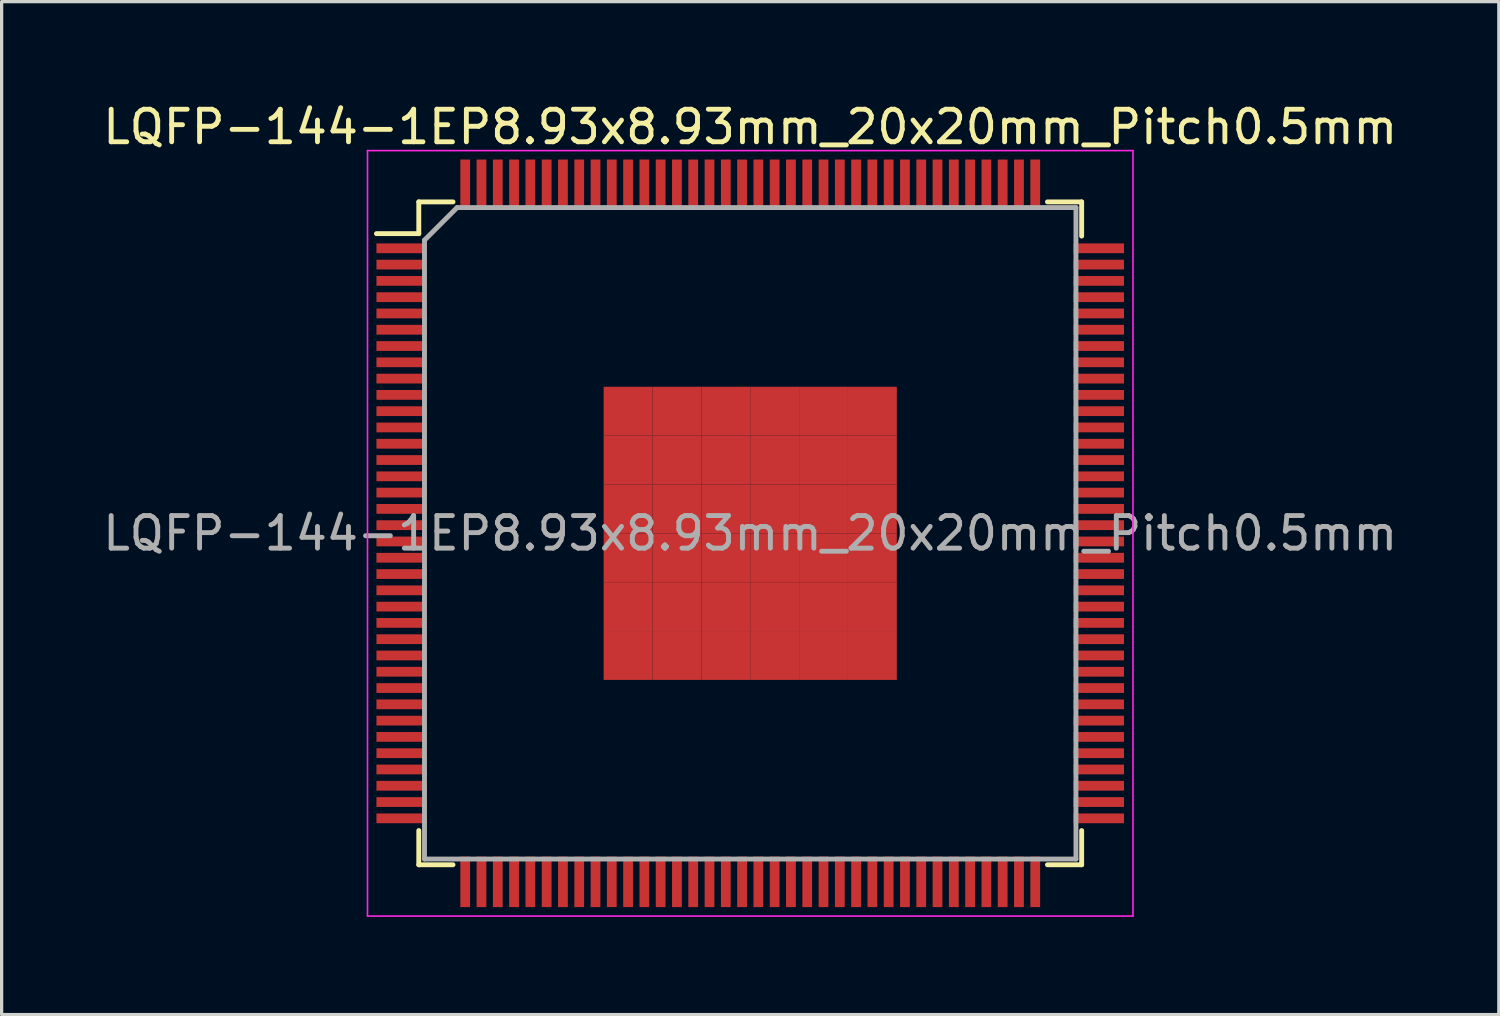
<source format=kicad_pcb>
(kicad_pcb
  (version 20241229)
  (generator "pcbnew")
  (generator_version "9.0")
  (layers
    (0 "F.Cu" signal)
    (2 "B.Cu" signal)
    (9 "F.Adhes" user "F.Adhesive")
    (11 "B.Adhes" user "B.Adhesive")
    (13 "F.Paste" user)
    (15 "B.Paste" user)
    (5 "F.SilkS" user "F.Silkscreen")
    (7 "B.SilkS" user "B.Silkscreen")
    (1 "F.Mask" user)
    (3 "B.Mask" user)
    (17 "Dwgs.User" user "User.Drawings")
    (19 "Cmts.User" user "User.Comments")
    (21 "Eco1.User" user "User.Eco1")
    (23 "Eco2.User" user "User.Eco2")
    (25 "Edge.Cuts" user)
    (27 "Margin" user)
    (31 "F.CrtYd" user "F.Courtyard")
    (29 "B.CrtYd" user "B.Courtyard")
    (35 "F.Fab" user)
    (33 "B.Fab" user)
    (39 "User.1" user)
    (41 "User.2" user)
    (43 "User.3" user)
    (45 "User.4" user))
  (footprint "LQFP-144-1EP8.93x8.93mm_20x20mm_Pitch0.5mm"
    (layer "F.Cu")
    (at 19.982 13.323)
    (property "Reference" "LQFP-144-1EP8.93x8.93mm_20x20mm_Pitch0.5mm" (at 0 -12.475 0) (layer "F.SilkS") (effects (font (size 1 1) (thickness 0.15))))
    (attr smd)
    (fp_line (start -10.175 -10.175) (end -10.175 -9.2) (stroke (width 0.15) (type solid)) (layer "F.SilkS"))
    (fp_line (start -10.175 -10.175) (end -9.125 -10.175) (stroke (width 0.15) (type solid)) (layer "F.SilkS"))
    (fp_line (start -10.175 -9.2) (end -11.475 -9.2) (stroke (width 0.15) (type solid)) (layer "F.SilkS"))
    (fp_line (start -10.175 10.175) (end -10.175 9.125) (stroke (width 0.15) (type solid)) (layer "F.SilkS"))
    (fp_line (start -10.175 10.175) (end -9.125 10.175) (stroke (width 0.15) (type solid)) (layer "F.SilkS"))
    (fp_line (start 10.175 -10.175) (end 9.125 -10.175) (stroke (width 0.15) (type solid)) (layer "F.SilkS"))
    (fp_line (start 10.175 -10.175) (end 10.175 -9.125) (stroke (width 0.15) (type solid)) (layer "F.SilkS"))
    (fp_line (start 10.175 10.175) (end 9.125 10.175) (stroke (width 0.15) (type solid)) (layer "F.SilkS"))
    (fp_line (start 10.175 10.175) (end 10.175 9.125) (stroke (width 0.15) (type solid)) (layer "F.SilkS"))
    (fp_line (start -11.75 -11.75) (end -11.75 11.75) (stroke (width 0.05) (type solid)) (layer "F.CrtYd"))
    (fp_line (start -11.75 -11.75) (end 11.75 -11.75) (stroke (width 0.05) (type solid)) (layer "F.CrtYd"))
    (fp_line (start -11.75 11.75) (end 11.75 11.75) (stroke (width 0.05) (type solid)) (layer "F.CrtYd"))
    (fp_line (start 11.75 -11.75) (end 11.75 11.75) (stroke (width 0.05) (type solid)) (layer "F.CrtYd"))
    (fp_line (start -10 -9) (end -9 -10) (stroke (width 0.15) (type solid)) (layer "F.Fab"))
    (fp_line (start -10 10) (end -10 -9) (stroke (width 0.15) (type solid)) (layer "F.Fab"))
    (fp_line (start -9 -10) (end 10 -10) (stroke (width 0.15) (type solid)) (layer "F.Fab"))
    (fp_line (start 10 -10) (end 10 10) (stroke (width 0.15) (type solid)) (layer "F.Fab"))
    (fp_line (start 10 10) (end -10 10) (stroke (width 0.15) (type solid)) (layer "F.Fab"))
    (fp_text user "${REFERENCE}" (at 0 0 0) (layer "F.Fab") (effects (font (size 1 1) (thickness 0.15))))
    (pad "1" smd rect (at -10.7 -8.75) (size 1.55 0.3) (layers "F.Cu" "F.Mask" "F.Paste"))
    (pad "2" smd rect (at -10.7 -8.25) (size 1.55 0.3) (layers "F.Cu" "F.Mask" "F.Paste"))
    (pad "3" smd rect (at -10.7 -7.75) (size 1.55 0.3) (layers "F.Cu" "F.Mask" "F.Paste"))
    (pad "4" smd rect (at -10.7 -7.25) (size 1.55 0.3) (layers "F.Cu" "F.Mask" "F.Paste"))
    (pad "5" smd rect (at -10.7 -6.75) (size 1.55 0.3) (layers "F.Cu" "F.Mask" "F.Paste"))
    (pad "6" smd rect (at -10.7 -6.25) (size 1.55 0.3) (layers "F.Cu" "F.Mask" "F.Paste"))
    (pad "7" smd rect (at -10.7 -5.75) (size 1.55 0.3) (layers "F.Cu" "F.Mask" "F.Paste"))
    (pad "8" smd rect (at -10.7 -5.25) (size 1.55 0.3) (layers "F.Cu" "F.Mask" "F.Paste"))
    (pad "9" smd rect (at -10.7 -4.75) (size 1.55 0.3) (layers "F.Cu" "F.Mask" "F.Paste"))
    (pad "10" smd rect (at -10.7 -4.25) (size 1.55 0.3) (layers "F.Cu" "F.Mask" "F.Paste"))
    (pad "11" smd rect (at -10.7 -3.75) (size 1.55 0.3) (layers "F.Cu" "F.Mask" "F.Paste"))
    (pad "12" smd rect (at -10.7 -3.25) (size 1.55 0.3) (layers "F.Cu" "F.Mask" "F.Paste"))
    (pad "13" smd rect (at -10.7 -2.75) (size 1.55 0.3) (layers "F.Cu" "F.Mask" "F.Paste"))
    (pad "14" smd rect (at -10.7 -2.25) (size 1.55 0.3) (layers "F.Cu" "F.Mask" "F.Paste"))
    (pad "15" smd rect (at -10.7 -1.75) (size 1.55 0.3) (layers "F.Cu" "F.Mask" "F.Paste"))
    (pad "16" smd rect (at -10.7 -1.25) (size 1.55 0.3) (layers "F.Cu" "F.Mask" "F.Paste"))
    (pad "17" smd rect (at -10.7 -0.75) (size 1.55 0.3) (layers "F.Cu" "F.Mask" "F.Paste"))
    (pad "18" smd rect (at -10.7 -0.25) (size 1.55 0.3) (layers "F.Cu" "F.Mask" "F.Paste"))
    (pad "19" smd rect (at -10.7 0.25) (size 1.55 0.3) (layers "F.Cu" "F.Mask" "F.Paste"))
    (pad "20" smd rect (at -10.7 0.75) (size 1.55 0.3) (layers "F.Cu" "F.Mask" "F.Paste"))
    (pad "21" smd rect (at -10.7 1.25) (size 1.55 0.3) (layers "F.Cu" "F.Mask" "F.Paste"))
    (pad "22" smd rect (at -10.7 1.75) (size 1.55 0.3) (layers "F.Cu" "F.Mask" "F.Paste"))
    (pad "23" smd rect (at -10.7 2.25) (size 1.55 0.3) (layers "F.Cu" "F.Mask" "F.Paste"))
    (pad "24" smd rect (at -10.7 2.75) (size 1.55 0.3) (layers "F.Cu" "F.Mask" "F.Paste"))
    (pad "25" smd rect (at -10.7 3.25) (size 1.55 0.3) (layers "F.Cu" "F.Mask" "F.Paste"))
    (pad "26" smd rect (at -10.7 3.75) (size 1.55 0.3) (layers "F.Cu" "F.Mask" "F.Paste"))
    (pad "27" smd rect (at -10.7 4.25) (size 1.55 0.3) (layers "F.Cu" "F.Mask" "F.Paste"))
    (pad "28" smd rect (at -10.7 4.75) (size 1.55 0.3) (layers "F.Cu" "F.Mask" "F.Paste"))
    (pad "29" smd rect (at -10.7 5.25) (size 1.55 0.3) (layers "F.Cu" "F.Mask" "F.Paste"))
    (pad "30" smd rect (at -10.7 5.75) (size 1.55 0.3) (layers "F.Cu" "F.Mask" "F.Paste"))
    (pad "31" smd rect (at -10.7 6.25) (size 1.55 0.3) (layers "F.Cu" "F.Mask" "F.Paste"))
    (pad "32" smd rect (at -10.7 6.75) (size 1.55 0.3) (layers "F.Cu" "F.Mask" "F.Paste"))
    (pad "33" smd rect (at -10.7 7.25) (size 1.55 0.3) (layers "F.Cu" "F.Mask" "F.Paste"))
    (pad "34" smd rect (at -10.7 7.75) (size 1.55 0.3) (layers "F.Cu" "F.Mask" "F.Paste"))
    (pad "35" smd rect (at -10.7 8.25) (size 1.55 0.3) (layers "F.Cu" "F.Mask" "F.Paste"))
    (pad "36" smd rect (at -10.7 8.75) (size 1.55 0.3) (layers "F.Cu" "F.Mask" "F.Paste"))
    (pad "37" smd rect (at -8.75 10.7 90) (size 1.55 0.3) (layers "F.Cu" "F.Mask" "F.Paste"))
    (pad "38" smd rect (at -8.25 10.7 90) (size 1.55 0.3) (layers "F.Cu" "F.Mask" "F.Paste"))
    (pad "39" smd rect (at -7.75 10.7 90) (size 1.55 0.3) (layers "F.Cu" "F.Mask" "F.Paste"))
    (pad "40" smd rect (at -7.25 10.7 90) (size 1.55 0.3) (layers "F.Cu" "F.Mask" "F.Paste"))
    (pad "41" smd rect (at -6.75 10.7 90) (size 1.55 0.3) (layers "F.Cu" "F.Mask" "F.Paste"))
    (pad "42" smd rect (at -6.25 10.7 90) (size 1.55 0.3) (layers "F.Cu" "F.Mask" "F.Paste"))
    (pad "43" smd rect (at -5.75 10.7 90) (size 1.55 0.3) (layers "F.Cu" "F.Mask" "F.Paste"))
    (pad "44" smd rect (at -5.25 10.7 90) (size 1.55 0.3) (layers "F.Cu" "F.Mask" "F.Paste"))
    (pad "45" smd rect (at -4.75 10.7 90) (size 1.55 0.3) (layers "F.Cu" "F.Mask" "F.Paste"))
    (pad "46" smd rect (at -4.25 10.7 90) (size 1.55 0.3) (layers "F.Cu" "F.Mask" "F.Paste"))
    (pad "47" smd rect (at -3.75 10.7 90) (size 1.55 0.3) (layers "F.Cu" "F.Mask" "F.Paste"))
    (pad "48" smd rect (at -3.25 10.7 90) (size 1.55 0.3) (layers "F.Cu" "F.Mask" "F.Paste"))
    (pad "49" smd rect (at -2.75 10.7 90) (size 1.55 0.3) (layers "F.Cu" "F.Mask" "F.Paste"))
    (pad "50" smd rect (at -2.25 10.7 90) (size 1.55 0.3) (layers "F.Cu" "F.Mask" "F.Paste"))
    (pad "51" smd rect (at -1.75 10.7 90) (size 1.55 0.3) (layers "F.Cu" "F.Mask" "F.Paste"))
    (pad "52" smd rect (at -1.25 10.7 90) (size 1.55 0.3) (layers "F.Cu" "F.Mask" "F.Paste"))
    (pad "53" smd rect (at -0.75 10.7 90) (size 1.55 0.3) (layers "F.Cu" "F.Mask" "F.Paste"))
    (pad "54" smd rect (at -0.25 10.7 90) (size 1.55 0.3) (layers "F.Cu" "F.Mask" "F.Paste"))
    (pad "55" smd rect (at 0.25 10.7 90) (size 1.55 0.3) (layers "F.Cu" "F.Mask" "F.Paste"))
    (pad "56" smd rect (at 0.75 10.7 90) (size 1.55 0.3) (layers "F.Cu" "F.Mask" "F.Paste"))
    (pad "57" smd rect (at 1.25 10.7 90) (size 1.55 0.3) (layers "F.Cu" "F.Mask" "F.Paste"))
    (pad "58" smd rect (at 1.75 10.7 90) (size 1.55 0.3) (layers "F.Cu" "F.Mask" "F.Paste"))
    (pad "59" smd rect (at 2.25 10.7 90) (size 1.55 0.3) (layers "F.Cu" "F.Mask" "F.Paste"))
    (pad "60" smd rect (at 2.75 10.7 90) (size 1.55 0.3) (layers "F.Cu" "F.Mask" "F.Paste"))
    (pad "61" smd rect (at 3.25 10.7 90) (size 1.55 0.3) (layers "F.Cu" "F.Mask" "F.Paste"))
    (pad "62" smd rect (at 3.75 10.7 90) (size 1.55 0.3) (layers "F.Cu" "F.Mask" "F.Paste"))
    (pad "63" smd rect (at 4.25 10.7 90) (size 1.55 0.3) (layers "F.Cu" "F.Mask" "F.Paste"))
    (pad "64" smd rect (at 4.75 10.7 90) (size 1.55 0.3) (layers "F.Cu" "F.Mask" "F.Paste"))
    (pad "65" smd rect (at 5.25 10.7 90) (size 1.55 0.3) (layers "F.Cu" "F.Mask" "F.Paste"))
    (pad "66" smd rect (at 5.75 10.7 90) (size 1.55 0.3) (layers "F.Cu" "F.Mask" "F.Paste"))
    (pad "67" smd rect (at 6.25 10.7 90) (size 1.55 0.3) (layers "F.Cu" "F.Mask" "F.Paste"))
    (pad "68" smd rect (at 6.75 10.7 90) (size 1.55 0.3) (layers "F.Cu" "F.Mask" "F.Paste"))
    (pad "69" smd rect (at 7.25 10.7 90) (size 1.55 0.3) (layers "F.Cu" "F.Mask" "F.Paste"))
    (pad "70" smd rect (at 7.75 10.7 90) (size 1.55 0.3) (layers "F.Cu" "F.Mask" "F.Paste"))
    (pad "71" smd rect (at 8.25 10.7 90) (size 1.55 0.3) (layers "F.Cu" "F.Mask" "F.Paste"))
    (pad "72" smd rect (at 8.75 10.7 90) (size 1.55 0.3) (layers "F.Cu" "F.Mask" "F.Paste"))
    (pad "73" smd rect (at 10.7 8.75) (size 1.55 0.3) (layers "F.Cu" "F.Mask" "F.Paste"))
    (pad "74" smd rect (at 10.7 8.25) (size 1.55 0.3) (layers "F.Cu" "F.Mask" "F.Paste"))
    (pad "75" smd rect (at 10.7 7.75) (size 1.55 0.3) (layers "F.Cu" "F.Mask" "F.Paste"))
    (pad "76" smd rect (at 10.7 7.25) (size 1.55 0.3) (layers "F.Cu" "F.Mask" "F.Paste"))
    (pad "77" smd rect (at 10.7 6.75) (size 1.55 0.3) (layers "F.Cu" "F.Mask" "F.Paste"))
    (pad "78" smd rect (at 10.7 6.25) (size 1.55 0.3) (layers "F.Cu" "F.Mask" "F.Paste"))
    (pad "79" smd rect (at 10.7 5.75) (size 1.55 0.3) (layers "F.Cu" "F.Mask" "F.Paste"))
    (pad "80" smd rect (at 10.7 5.25) (size 1.55 0.3) (layers "F.Cu" "F.Mask" "F.Paste"))
    (pad "81" smd rect (at 10.7 4.75) (size 1.55 0.3) (layers "F.Cu" "F.Mask" "F.Paste"))
    (pad "82" smd rect (at 10.7 4.25) (size 1.55 0.3) (layers "F.Cu" "F.Mask" "F.Paste"))
    (pad "83" smd rect (at 10.7 3.75) (size 1.55 0.3) (layers "F.Cu" "F.Mask" "F.Paste"))
    (pad "84" smd rect (at 10.7 3.25) (size 1.55 0.3) (layers "F.Cu" "F.Mask" "F.Paste"))
    (pad "85" smd rect (at 10.7 2.75) (size 1.55 0.3) (layers "F.Cu" "F.Mask" "F.Paste"))
    (pad "86" smd rect (at 10.7 2.25) (size 1.55 0.3) (layers "F.Cu" "F.Mask" "F.Paste"))
    (pad "87" smd rect (at 10.7 1.75) (size 1.55 0.3) (layers "F.Cu" "F.Mask" "F.Paste"))
    (pad "88" smd rect (at 10.7 1.25) (size 1.55 0.3) (layers "F.Cu" "F.Mask" "F.Paste"))
    (pad "89" smd rect (at 10.7 0.75) (size 1.55 0.3) (layers "F.Cu" "F.Mask" "F.Paste"))
    (pad "90" smd rect (at 10.7 0.25) (size 1.55 0.3) (layers "F.Cu" "F.Mask" "F.Paste"))
    (pad "91" smd rect (at 10.7 -0.25) (size 1.55 0.3) (layers "F.Cu" "F.Mask" "F.Paste"))
    (pad "92" smd rect (at 10.7 -0.75) (size 1.55 0.3) (layers "F.Cu" "F.Mask" "F.Paste"))
    (pad "93" smd rect (at 10.7 -1.25) (size 1.55 0.3) (layers "F.Cu" "F.Mask" "F.Paste"))
    (pad "94" smd rect (at 10.7 -1.75) (size 1.55 0.3) (layers "F.Cu" "F.Mask" "F.Paste"))
    (pad "95" smd rect (at 10.7 -2.25) (size 1.55 0.3) (layers "F.Cu" "F.Mask" "F.Paste"))
    (pad "96" smd rect (at 10.7 -2.75) (size 1.55 0.3) (layers "F.Cu" "F.Mask" "F.Paste"))
    (pad "97" smd rect (at 10.7 -3.25) (size 1.55 0.3) (layers "F.Cu" "F.Mask" "F.Paste"))
    (pad "98" smd rect (at 10.7 -3.75) (size 1.55 0.3) (layers "F.Cu" "F.Mask" "F.Paste"))
    (pad "99" smd rect (at 10.7 -4.25) (size 1.55 0.3) (layers "F.Cu" "F.Mask" "F.Paste"))
    (pad "100" smd rect (at 10.7 -4.75) (size 1.55 0.3) (layers "F.Cu" "F.Mask" "F.Paste"))
    (pad "101" smd rect (at 10.7 -5.25) (size 1.55 0.3) (layers "F.Cu" "F.Mask" "F.Paste"))
    (pad "102" smd rect (at 10.7 -5.75) (size 1.55 0.3) (layers "F.Cu" "F.Mask" "F.Paste"))
    (pad "103" smd rect (at 10.7 -6.25) (size 1.55 0.3) (layers "F.Cu" "F.Mask" "F.Paste"))
    (pad "104" smd rect (at 10.7 -6.75) (size 1.55 0.3) (layers "F.Cu" "F.Mask" "F.Paste"))
    (pad "105" smd rect (at 10.7 -7.25) (size 1.55 0.3) (layers "F.Cu" "F.Mask" "F.Paste"))
    (pad "106" smd rect (at 10.7 -7.75) (size 1.55 0.3) (layers "F.Cu" "F.Mask" "F.Paste"))
    (pad "107" smd rect (at 10.7 -8.25) (size 1.55 0.3) (layers "F.Cu" "F.Mask" "F.Paste"))
    (pad "108" smd rect (at 10.7 -8.75) (size 1.55 0.3) (layers "F.Cu" "F.Mask" "F.Paste"))
    (pad "109" smd rect (at 8.75 -10.7 90) (size 1.55 0.3) (layers "F.Cu" "F.Mask" "F.Paste"))
    (pad "110" smd rect (at 8.25 -10.7 90) (size 1.55 0.3) (layers "F.Cu" "F.Mask" "F.Paste"))
    (pad "111" smd rect (at 7.75 -10.7 90) (size 1.55 0.3) (layers "F.Cu" "F.Mask" "F.Paste"))
    (pad "112" smd rect (at 7.25 -10.7 90) (size 1.55 0.3) (layers "F.Cu" "F.Mask" "F.Paste"))
    (pad "113" smd rect (at 6.75 -10.7 90) (size 1.55 0.3) (layers "F.Cu" "F.Mask" "F.Paste"))
    (pad "114" smd rect (at 6.25 -10.7 90) (size 1.55 0.3) (layers "F.Cu" "F.Mask" "F.Paste"))
    (pad "115" smd rect (at 5.75 -10.7 90) (size 1.55 0.3) (layers "F.Cu" "F.Mask" "F.Paste"))
    (pad "116" smd rect (at 5.25 -10.7 90) (size 1.55 0.3) (layers "F.Cu" "F.Mask" "F.Paste"))
    (pad "117" smd rect (at 4.75 -10.7 90) (size 1.55 0.3) (layers "F.Cu" "F.Mask" "F.Paste"))
    (pad "118" smd rect (at 4.25 -10.7 90) (size 1.55 0.3) (layers "F.Cu" "F.Mask" "F.Paste"))
    (pad "119" smd rect (at 3.75 -10.7 90) (size 1.55 0.3) (layers "F.Cu" "F.Mask" "F.Paste"))
    (pad "120" smd rect (at 3.25 -10.7 90) (size 1.55 0.3) (layers "F.Cu" "F.Mask" "F.Paste"))
    (pad "121" smd rect (at 2.75 -10.7 90) (size 1.55 0.3) (layers "F.Cu" "F.Mask" "F.Paste"))
    (pad "122" smd rect (at 2.25 -10.7 90) (size 1.55 0.3) (layers "F.Cu" "F.Mask" "F.Paste"))
    (pad "123" smd rect (at 1.75 -10.7 90) (size 1.55 0.3) (layers "F.Cu" "F.Mask" "F.Paste"))
    (pad "124" smd rect (at 1.25 -10.7 90) (size 1.55 0.3) (layers "F.Cu" "F.Mask" "F.Paste"))
    (pad "125" smd rect (at 0.75 -10.7 90) (size 1.55 0.3) (layers "F.Cu" "F.Mask" "F.Paste"))
    (pad "126" smd rect (at 0.25 -10.7 90) (size 1.55 0.3) (layers "F.Cu" "F.Mask" "F.Paste"))
    (pad "127" smd rect (at -0.25 -10.7 90) (size 1.55 0.3) (layers "F.Cu" "F.Mask" "F.Paste"))
    (pad "128" smd rect (at -0.75 -10.7 90) (size 1.55 0.3) (layers "F.Cu" "F.Mask" "F.Paste"))
    (pad "129" smd rect (at -1.25 -10.7 90) (size 1.55 0.3) (layers "F.Cu" "F.Mask" "F.Paste"))
    (pad "130" smd rect (at -1.75 -10.7 90) (size 1.55 0.3) (layers "F.Cu" "F.Mask" "F.Paste"))
    (pad "131" smd rect (at -2.25 -10.7 90) (size 1.55 0.3) (layers "F.Cu" "F.Mask" "F.Paste"))
    (pad "132" smd rect (at -2.75 -10.7 90) (size 1.55 0.3) (layers "F.Cu" "F.Mask" "F.Paste"))
    (pad "133" smd rect (at -3.25 -10.7 90) (size 1.55 0.3) (layers "F.Cu" "F.Mask" "F.Paste"))
    (pad "134" smd rect (at -3.75 -10.7 90) (size 1.55 0.3) (layers "F.Cu" "F.Mask" "F.Paste"))
    (pad "135" smd rect (at -4.25 -10.7 90) (size 1.55 0.3) (layers "F.Cu" "F.Mask" "F.Paste"))
    (pad "136" smd rect (at -4.75 -10.7 90) (size 1.55 0.3) (layers "F.Cu" "F.Mask" "F.Paste"))
    (pad "137" smd rect (at -5.25 -10.7 90) (size 1.55 0.3) (layers "F.Cu" "F.Mask" "F.Paste"))
    (pad "138" smd rect (at -5.75 -10.7 90) (size 1.55 0.3) (layers "F.Cu" "F.Mask" "F.Paste"))
    (pad "139" smd rect (at -6.25 -10.7 90) (size 1.55 0.3) (layers "F.Cu" "F.Mask" "F.Paste"))
    (pad "140" smd rect (at -6.75 -10.7 90) (size 1.55 0.3) (layers "F.Cu" "F.Mask" "F.Paste"))
    (pad "141" smd rect (at -7.25 -10.7 90) (size 1.55 0.3) (layers "F.Cu" "F.Mask" "F.Paste"))
    (pad "142" smd rect (at -7.75 -10.7 90) (size 1.55 0.3) (layers "F.Cu" "F.Mask" "F.Paste"))
    (pad "143" smd rect (at -8.25 -10.7 90) (size 1.55 0.3) (layers "F.Cu" "F.Mask" "F.Paste"))
    (pad "144" smd rect (at -8.75 -10.7 90) (size 1.55 0.3) (layers "F.Cu" "F.Mask" "F.Paste"))
    (pad "145" smd rect (at -3.75 -3.75) (size 1.5 1.5) (layers "F.Cu" "F.Mask" "F.Paste"))
    (pad "145" smd rect (at -3.75 -2.25) (size 1.5 1.5) (layers "F.Cu" "F.Mask" "F.Paste"))
    (pad "145" smd rect (at -3.75 -0.75) (size 1.5 1.5) (layers "F.Cu" "F.Mask" "F.Paste"))
    (pad "145" smd rect (at -3.75 0.75) (size 1.5 1.5) (layers "F.Cu" "F.Mask" "F.Paste"))
    (pad "145" smd rect (at -3.75 2.25) (size 1.5 1.5) (layers "F.Cu" "F.Mask" "F.Paste"))
    (pad "145" smd rect (at -3.75 3.75) (size 1.5 1.5) (layers "F.Cu" "F.Mask" "F.Paste"))
    (pad "145" smd rect (at -2.25 -3.75) (size 1.5 1.5) (layers "F.Cu" "F.Mask" "F.Paste"))
    (pad "145" smd rect (at -2.25 -2.25) (size 1.5 1.5) (layers "F.Cu" "F.Mask" "F.Paste"))
    (pad "145" smd rect (at -2.25 -0.75) (size 1.5 1.5) (layers "F.Cu" "F.Mask" "F.Paste"))
    (pad "145" smd rect (at -2.25 0.75) (size 1.5 1.5) (layers "F.Cu" "F.Mask" "F.Paste"))
    (pad "145" smd rect (at -2.25 2.25) (size 1.5 1.5) (layers "F.Cu" "F.Mask" "F.Paste"))
    (pad "145" smd rect (at -2.25 3.75) (size 1.5 1.5) (layers "F.Cu" "F.Mask" "F.Paste"))
    (pad "145" smd rect (at -0.75 -3.75) (size 1.5 1.5) (layers "F.Cu" "F.Mask" "F.Paste"))
    (pad "145" smd rect (at -0.75 -2.25) (size 1.5 1.5) (layers "F.Cu" "F.Mask" "F.Paste"))
    (pad "145" smd rect (at -0.75 -0.75) (size 1.5 1.5) (layers "F.Cu" "F.Mask" "F.Paste"))
    (pad "145" smd rect (at -0.75 0.75) (size 1.5 1.5) (layers "F.Cu" "F.Mask" "F.Paste"))
    (pad "145" smd rect (at -0.75 2.25) (size 1.5 1.5) (layers "F.Cu" "F.Mask" "F.Paste"))
    (pad "145" smd rect (at -0.75 3.75) (size 1.5 1.5) (layers "F.Cu" "F.Mask" "F.Paste"))
    (pad "145" smd rect (at 0.75 -3.75) (size 1.5 1.5) (layers "F.Cu" "F.Mask" "F.Paste"))
    (pad "145" smd rect (at 0.75 -2.25) (size 1.5 1.5) (layers "F.Cu" "F.Mask" "F.Paste"))
    (pad "145" smd rect (at 0.75 -0.75) (size 1.5 1.5) (layers "F.Cu" "F.Mask" "F.Paste"))
    (pad "145" smd rect (at 0.75 0.75) (size 1.5 1.5) (layers "F.Cu" "F.Mask" "F.Paste"))
    (pad "145" smd rect (at 0.75 2.25) (size 1.5 1.5) (layers "F.Cu" "F.Mask" "F.Paste"))
    (pad "145" smd rect (at 0.75 3.75) (size 1.5 1.5) (layers "F.Cu" "F.Mask" "F.Paste"))
    (pad "145" smd rect (at 2.25 -3.75) (size 1.5 1.5) (layers "F.Cu" "F.Mask" "F.Paste"))
    (pad "145" smd rect (at 2.25 -2.25) (size 1.5 1.5) (layers "F.Cu" "F.Mask" "F.Paste"))
    (pad "145" smd rect (at 2.25 -0.75) (size 1.5 1.5) (layers "F.Cu" "F.Mask" "F.Paste"))
    (pad "145" smd rect (at 2.25 0.75) (size 1.5 1.5) (layers "F.Cu" "F.Mask" "F.Paste"))
    (pad "145" smd rect (at 2.25 2.25) (size 1.5 1.5) (layers "F.Cu" "F.Mask" "F.Paste"))
    (pad "145" smd rect (at 2.25 3.75) (size 1.5 1.5) (layers "F.Cu" "F.Mask" "F.Paste"))
    (pad "145" smd rect (at 3.75 -3.75) (size 1.5 1.5) (layers "F.Cu" "F.Mask" "F.Paste"))
    (pad "145" smd rect (at 3.75 -2.25) (size 1.5 1.5) (layers "F.Cu" "F.Mask" "F.Paste"))
    (pad "145" smd rect (at 3.75 -0.75) (size 1.5 1.5) (layers "F.Cu" "F.Mask" "F.Paste"))
    (pad "145" smd rect (at 3.75 0.75) (size 1.5 1.5) (layers "F.Cu" "F.Mask" "F.Paste"))
    (pad "145" smd rect (at 3.75 2.25) (size 1.5 1.5) (layers "F.Cu" "F.Mask" "F.Paste"))
    (pad "145" smd rect (at 3.75 3.75) (size 1.5 1.5) (layers "F.Cu" "F.Mask" "F.Paste")))
  (gr_rect
    (start -3 -3)
    (end 42.964 28.098)
    (stroke (width 0.1) (type default))
    (fill no)
    (layer "Edge.Cuts")))
</source>
